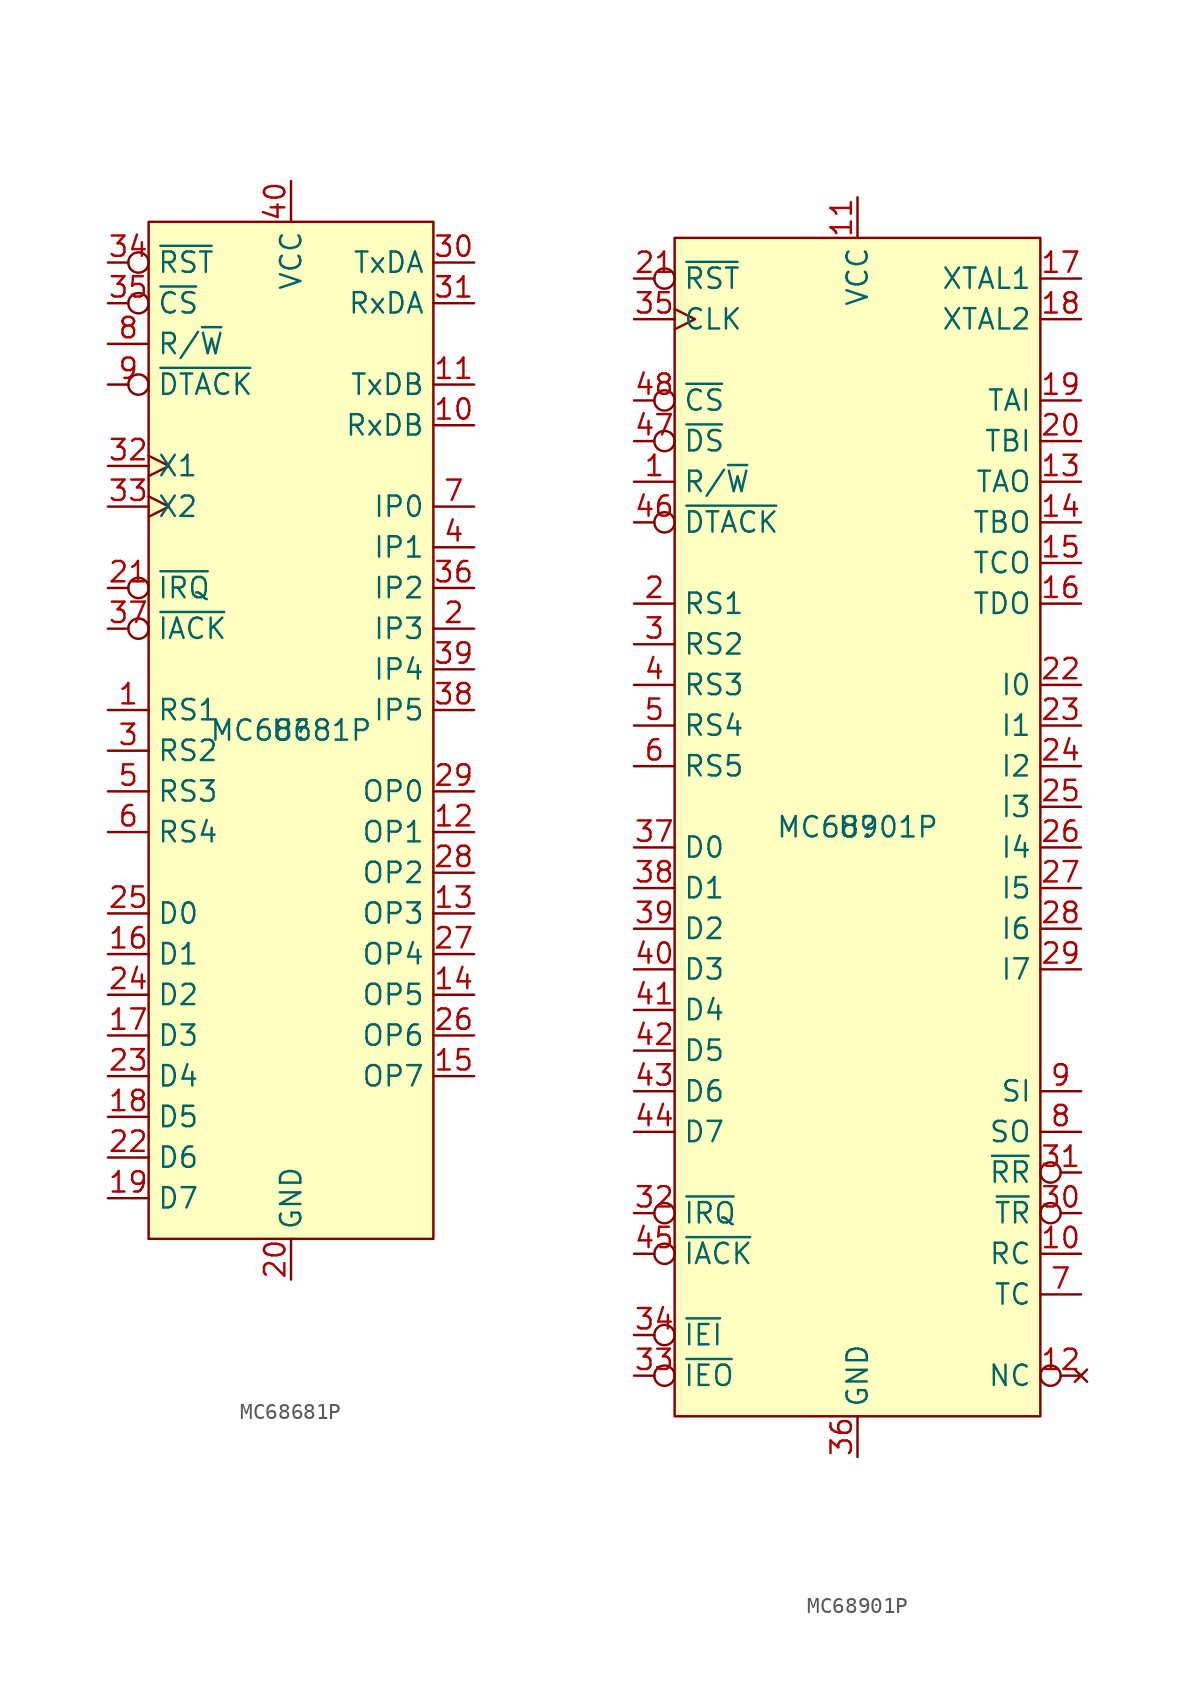
<source format=kicad_sym>
(kicad_symbol_lib
  (version 20220914)
  (generator kicad_symbol_editor)
  (symbol "MC68681P"
    (property "Reference" "U"
      (at 0 0 0)
      (effects (font (size 1.27 1.27))))
    (property "Value" "MC68681P"
      (at 0 0 0)
      (effects (font (size 1.27 1.27))))
    (symbol "MC68681P_0_0"
      (pin input line (at -11.43 1.27 0) (length 2.54) (name "RS1" (effects (font (size 1.27 1.27)))) (number "1" (effects (font (size 1.27 1.27)))))
      (pin input line (at 11.43 19.05 180) (length 2.54) (name "RxDB" (effects (font (size 1.27 1.27)))) (number "10" (effects (font (size 1.27 1.27)))))
      (pin output line (at 11.43 21.59 180) (length 2.54) (name "TxDB" (effects (font (size 1.27 1.27)))) (number "11" (effects (font (size 1.27 1.27)))))
      (pin output line (at 11.43 -6.35 180) (length 2.54) (name "OP1" (effects (font (size 1.27 1.27)))) (number "12" (effects (font (size 1.27 1.27)))))
      (pin output line (at 11.43 -11.43 180) (length 2.54) (name "OP3" (effects (font (size 1.27 1.27)))) (number "13" (effects (font (size 1.27 1.27)))))
      (pin output line (at 11.43 -16.51 180) (length 2.54) (name "OP5" (effects (font (size 1.27 1.27)))) (number "14" (effects (font (size 1.27 1.27)))))
      (pin output line (at 11.43 -21.59 180) (length 2.54) (name "OP7" (effects (font (size 1.27 1.27)))) (number "15" (effects (font (size 1.27 1.27)))))
      (pin bidirectional line (at -11.43 -13.97 0) (length 2.54) (name "D1" (effects (font (size 1.27 1.27)))) (number "16" (effects (font (size 1.27 1.27)))))
      (pin bidirectional line (at -11.43 -19.05 0) (length 2.54) (name "D3" (effects (font (size 1.27 1.27)))) (number "17" (effects (font (size 1.27 1.27)))))
      (pin bidirectional line (at -11.43 -24.13 0) (length 2.54) (name "D5" (effects (font (size 1.27 1.27)))) (number "18" (effects (font (size 1.27 1.27)))))
      (pin bidirectional line (at -11.43 -29.21 0) (length 2.54) (name "D7" (effects (font (size 1.27 1.27)))) (number "19" (effects (font (size 1.27 1.27)))))
      (pin input line (at 11.43 6.35 180) (length 2.54) (name "IP3" (effects (font (size 1.27 1.27)))) (number "2" (effects (font (size 1.27 1.27)))))
      (pin power_in line (at 0 -34.29 90) (length 2.54) (name "GND" (effects (font (size 1.27 1.27)))) (number "20" (effects (font (size 1.27 1.27)))))
      (pin output inverted (at -11.43 8.89 0) (length 2.54) (name "~{IRQ}" (effects (font (size 1.27 1.27)))) (number "21" (effects (font (size 1.27 1.27)))))
      (pin bidirectional line (at -11.43 -26.67 0) (length 2.54) (name "D6" (effects (font (size 1.27 1.27)))) (number "22" (effects (font (size 1.27 1.27)))))
      (pin bidirectional line (at -11.43 -21.59 0) (length 2.54) (name "D4" (effects (font (size 1.27 1.27)))) (number "23" (effects (font (size 1.27 1.27)))))
      (pin bidirectional line (at -11.43 -16.51 0) (length 2.54) (name "D2" (effects (font (size 1.27 1.27)))) (number "24" (effects (font (size 1.27 1.27)))))
      (pin bidirectional line (at -11.43 -11.43 0) (length 2.54) (name "D0" (effects (font (size 1.27 1.27)))) (number "25" (effects (font (size 1.27 1.27)))))
      (pin output line (at 11.43 -19.05 180) (length 2.54) (name "OP6" (effects (font (size 1.27 1.27)))) (number "26" (effects (font (size 1.27 1.27)))))
      (pin output line (at 11.43 -13.97 180) (length 2.54) (name "OP4" (effects (font (size 1.27 1.27)))) (number "27" (effects (font (size 1.27 1.27)))))
      (pin output line (at 11.43 -8.89 180) (length 2.54) (name "OP2" (effects (font (size 1.27 1.27)))) (number "28" (effects (font (size 1.27 1.27)))))
      (pin output line (at 11.43 -3.81 180) (length 2.54) (name "OP0" (effects (font (size 1.27 1.27)))) (number "29" (effects (font (size 1.27 1.27)))))
      (pin input line (at -11.43 -1.27 0) (length 2.54) (name "RS2" (effects (font (size 1.27 1.27)))) (number "3" (effects (font (size 1.27 1.27)))))
      (pin output line (at 11.43 29.21 180) (length 2.54) (name "TxDA" (effects (font (size 1.27 1.27)))) (number "30" (effects (font (size 1.27 1.27)))))
      (pin input line (at 11.43 26.67 180) (length 2.54) (name "RxDA" (effects (font (size 1.27 1.27)))) (number "31" (effects (font (size 1.27 1.27)))))
      (pin input clock (at -11.43 16.51 0) (length 2.54) (name "X1" (effects (font (size 1.27 1.27)))) (number "32" (effects (font (size 1.27 1.27)))))
      (pin output clock (at -11.43 13.97 0) (length 2.54) (name "X2" (effects (font (size 1.27 1.27)))) (number "33" (effects (font (size 1.27 1.27)))))
      (pin input inverted (at -11.43 29.21 0) (length 2.54) (name "~{RST}" (effects (font (size 1.27 1.27)))) (number "34" (effects (font (size 1.27 1.27)))))
      (pin input inverted (at -11.43 26.67 0) (length 2.54) (name "~{CS}" (effects (font (size 1.27 1.27)))) (number "35" (effects (font (size 1.27 1.27)))))
      (pin input line (at 11.43 8.89 180) (length 2.54) (name "IP2" (effects (font (size 1.27 1.27)))) (number "36" (effects (font (size 1.27 1.27)))))
      (pin input inverted (at -11.43 6.35 0) (length 2.54) (name "~{IACK}" (effects (font (size 1.27 1.27)))) (number "37" (effects (font (size 1.27 1.27)))))
      (pin input line (at 11.43 1.27 180) (length 2.54) (name "IP5" (effects (font (size 1.27 1.27)))) (number "38" (effects (font (size 1.27 1.27)))))
      (pin input line (at 11.43 3.81 180) (length 2.54) (name "IP4" (effects (font (size 1.27 1.27)))) (number "39" (effects (font (size 1.27 1.27)))))
      (pin input line (at 11.43 11.43 180) (length 2.54) (name "IP1" (effects (font (size 1.27 1.27)))) (number "4" (effects (font (size 1.27 1.27)))))
      (pin power_in line (at 0 34.29 270) (length 2.54) (name "VCC" (effects (font (size 1.27 1.27)))) (number "40" (effects (font (size 1.27 1.27)))))
      (pin input line (at -11.43 -3.81 0) (length 2.54) (name "RS3" (effects (font (size 1.27 1.27)))) (number "5" (effects (font (size 1.27 1.27)))))
      (pin input line (at -11.43 -6.35 0) (length 2.54) (name "RS4" (effects (font (size 1.27 1.27)))) (number "6" (effects (font (size 1.27 1.27)))))
      (pin input line (at 11.43 13.97 180) (length 2.54) (name "IP0" (effects (font (size 1.27 1.27)))) (number "7" (effects (font (size 1.27 1.27)))))
      (pin input line (at -11.43 24.13 0) (length 2.54) (name "R/~{W}" (effects (font (size 1.27 1.27)))) (number "8" (effects (font (size 1.27 1.27)))))
      (pin output inverted (at -11.43 21.59 0) (length 2.54) (name "~{DTACK}" (effects (font (size 1.27 1.27)))) (number "9" (effects (font (size 1.27 1.27))))))
    (symbol "MC68681P_1_1"
      (rectangle (start -8.89 31.75) (end 8.89 -31.75) (stroke (width 0) (type default)) (fill (type background)))))
  (symbol "MC68901P"
    (property "Reference" "U"
      (at 0 0 0)
      (effects (font (size 1.27 1.27))))
    (property "Value" "MC68901P"
      (at 0 0 0)
      (effects (font (size 1.27 1.27))))
    (symbol "MC68901P_0_0"
      (pin input line (at -13.97 21.59 0) (length 2.54) (name "R/~{W}" (effects (font (size 1.27 1.27)))) (number "1" (effects (font (size 1.27 1.27)))))
      (pin input line (at 13.97 -26.67 180) (length 2.54) (name "RC" (effects (font (size 1.27 1.27)))) (number "10" (effects (font (size 1.27 1.27)))))
      (pin input line (at 0 39.37 270) (length 2.54) (name "VCC" (effects (font (size 1.27 1.27)))) (number "11" (effects (font (size 1.27 1.27)))))
      (pin no_connect inverted (at 13.97 -34.29 180) (length 2.54) (name "NC" (effects (font (size 1.27 1.27)))) (number "12" (effects (font (size 1.27 1.27)))))
      (pin output line (at 13.97 21.59 180) (length 2.54) (name "TAO" (effects (font (size 1.27 1.27)))) (number "13" (effects (font (size 1.27 1.27)))))
      (pin output line (at 13.97 19.05 180) (length 2.54) (name "TBO" (effects (font (size 1.27 1.27)))) (number "14" (effects (font (size 1.27 1.27)))))
      (pin output line (at 13.97 16.51 180) (length 2.54) (name "TCO" (effects (font (size 1.27 1.27)))) (number "15" (effects (font (size 1.27 1.27)))))
      (pin output line (at 13.97 13.97 180) (length 2.54) (name "TDO" (effects (font (size 1.27 1.27)))) (number "16" (effects (font (size 1.27 1.27)))))
      (pin input line (at 13.97 34.29 180) (length 2.54) (name "XTAL1" (effects (font (size 1.27 1.27)))) (number "17" (effects (font (size 1.27 1.27)))))
      (pin output line (at 13.97 31.75 180) (length 2.54) (name "XTAL2" (effects (font (size 1.27 1.27)))) (number "18" (effects (font (size 1.27 1.27)))))
      (pin input line (at 13.97 26.67 180) (length 2.54) (name "TAI" (effects (font (size 1.27 1.27)))) (number "19" (effects (font (size 1.27 1.27)))))
      (pin input line (at -13.97 13.97 0) (length 2.54) (name "RS1" (effects (font (size 1.27 1.27)))) (number "2" (effects (font (size 1.27 1.27)))))
      (pin input line (at 13.97 24.13 180) (length 2.54) (name "TBI" (effects (font (size 1.27 1.27)))) (number "20" (effects (font (size 1.27 1.27)))))
      (pin input inverted (at -13.97 34.29 0) (length 2.54) (name "~{RST}" (effects (font (size 1.27 1.27)))) (number "21" (effects (font (size 1.27 1.27)))))
      (pin bidirectional line (at 13.97 8.89 180) (length 2.54) (name "I0" (effects (font (size 1.27 1.27)))) (number "22" (effects (font (size 1.27 1.27)))))
      (pin bidirectional line (at 13.97 6.35 180) (length 2.54) (name "I1" (effects (font (size 1.27 1.27)))) (number "23" (effects (font (size 1.27 1.27)))))
      (pin bidirectional line (at 13.97 3.81 180) (length 2.54) (name "I2" (effects (font (size 1.27 1.27)))) (number "24" (effects (font (size 1.27 1.27)))))
      (pin bidirectional line (at 13.97 1.27 180) (length 2.54) (name "I3" (effects (font (size 1.27 1.27)))) (number "25" (effects (font (size 1.27 1.27)))))
      (pin bidirectional line (at 13.97 -1.27 180) (length 2.54) (name "I4" (effects (font (size 1.27 1.27)))) (number "26" (effects (font (size 1.27 1.27)))))
      (pin bidirectional line (at 13.97 -3.81 180) (length 2.54) (name "I5" (effects (font (size 1.27 1.27)))) (number "27" (effects (font (size 1.27 1.27)))))
      (pin bidirectional line (at 13.97 -6.35 180) (length 2.54) (name "I6" (effects (font (size 1.27 1.27)))) (number "28" (effects (font (size 1.27 1.27)))))
      (pin bidirectional line (at 13.97 -8.89 180) (length 2.54) (name "I7" (effects (font (size 1.27 1.27)))) (number "29" (effects (font (size 1.27 1.27)))))
      (pin input line (at -13.97 11.43 0) (length 2.54) (name "RS2" (effects (font (size 1.27 1.27)))) (number "3" (effects (font (size 1.27 1.27)))))
      (pin output inverted (at 13.97 -24.13 180) (length 2.54) (name "~{TR}" (effects (font (size 1.27 1.27)))) (number "30" (effects (font (size 1.27 1.27)))))
      (pin output inverted (at 13.97 -21.59 180) (length 2.54) (name "~{RR}" (effects (font (size 1.27 1.27)))) (number "31" (effects (font (size 1.27 1.27)))))
      (pin output inverted (at -13.97 -24.13 0) (length 2.54) (name "~{IRQ}" (effects (font (size 1.27 1.27)))) (number "32" (effects (font (size 1.27 1.27)))))
      (pin output inverted (at -13.97 -34.29 0) (length 2.54) (name "~{IEO}" (effects (font (size 1.27 1.27)))) (number "33" (effects (font (size 1.27 1.27)))))
      (pin input inverted (at -13.97 -31.75 0) (length 2.54) (name "~{IEI}" (effects (font (size 1.27 1.27)))) (number "34" (effects (font (size 1.27 1.27)))))
      (pin input clock (at -13.97 31.75 0) (length 2.54) (name "CLK" (effects (font (size 1.27 1.27)))) (number "35" (effects (font (size 1.27 1.27)))))
      (pin bidirectional line (at -13.97 -1.27 0) (length 2.54) (name "D0" (effects (font (size 1.27 1.27)))) (number "37" (effects (font (size 1.27 1.27)))))
      (pin bidirectional line (at -13.97 -3.81 0) (length 2.54) (name "D1" (effects (font (size 1.27 1.27)))) (number "38" (effects (font (size 1.27 1.27)))))
      (pin bidirectional line (at -13.97 -6.35 0) (length 2.54) (name "D2" (effects (font (size 1.27 1.27)))) (number "39" (effects (font (size 1.27 1.27)))))
      (pin input line (at -13.97 8.89 0) (length 2.54) (name "RS3" (effects (font (size 1.27 1.27)))) (number "4" (effects (font (size 1.27 1.27)))))
      (pin bidirectional line (at -13.97 -8.89 0) (length 2.54) (name "D3" (effects (font (size 1.27 1.27)))) (number "40" (effects (font (size 1.27 1.27)))))
      (pin bidirectional line (at -13.97 -11.43 0) (length 2.54) (name "D4" (effects (font (size 1.27 1.27)))) (number "41" (effects (font (size 1.27 1.27)))))
      (pin bidirectional line (at -13.97 -13.97 0) (length 2.54) (name "D5" (effects (font (size 1.27 1.27)))) (number "42" (effects (font (size 1.27 1.27)))))
      (pin bidirectional line (at -13.97 -16.51 0) (length 2.54) (name "D6" (effects (font (size 1.27 1.27)))) (number "43" (effects (font (size 1.27 1.27)))))
      (pin bidirectional line (at -13.97 -19.05 0) (length 2.54) (name "D7" (effects (font (size 1.27 1.27)))) (number "44" (effects (font (size 1.27 1.27)))))
      (pin input inverted (at -13.97 -26.67 0) (length 2.54) (name "~{IACK}" (effects (font (size 1.27 1.27)))) (number "45" (effects (font (size 1.27 1.27)))))
      (pin output inverted (at -13.97 19.05 0) (length 2.54) (name "~{DTACK}" (effects (font (size 1.27 1.27)))) (number "46" (effects (font (size 1.27 1.27)))))
      (pin input inverted (at -13.97 24.13 0) (length 2.54) (name "~{DS}" (effects (font (size 1.27 1.27)))) (number "47" (effects (font (size 1.27 1.27)))))
      (pin input inverted (at -13.97 26.67 0) (length 2.54) (name "~{CS}" (effects (font (size 1.27 1.27)))) (number "48" (effects (font (size 1.27 1.27)))))
      (pin input line (at -13.97 6.35 0) (length 2.54) (name "RS4" (effects (font (size 1.27 1.27)))) (number "5" (effects (font (size 1.27 1.27)))))
      (pin input line (at -13.97 3.81 0) (length 2.54) (name "RS5" (effects (font (size 1.27 1.27)))) (number "6" (effects (font (size 1.27 1.27)))))
      (pin input line (at 13.97 -29.21 180) (length 2.54) (name "TC" (effects (font (size 1.27 1.27)))) (number "7" (effects (font (size 1.27 1.27)))))
      (pin output line (at 13.97 -19.05 180) (length 2.54) (name "SO" (effects (font (size 1.27 1.27)))) (number "8" (effects (font (size 1.27 1.27)))))
      (pin input line (at 13.97 -16.51 180) (length 2.54) (name "SI" (effects (font (size 1.27 1.27)))) (number "9" (effects (font (size 1.27 1.27))))))
    (symbol "MC68901P_1_0"
      (pin power_in line (at 0 -39.37 90) (length 2.54) (name "GND" (effects (font (size 1.27 1.27)))) (number "36" (effects (font (size 1.27 1.27))))))
    (symbol "MC68901P_1_1"
      (rectangle (start -11.43 36.83) (end 11.43 -36.83) (stroke (width 0) (type default)) (fill (type background))))))
</source>
